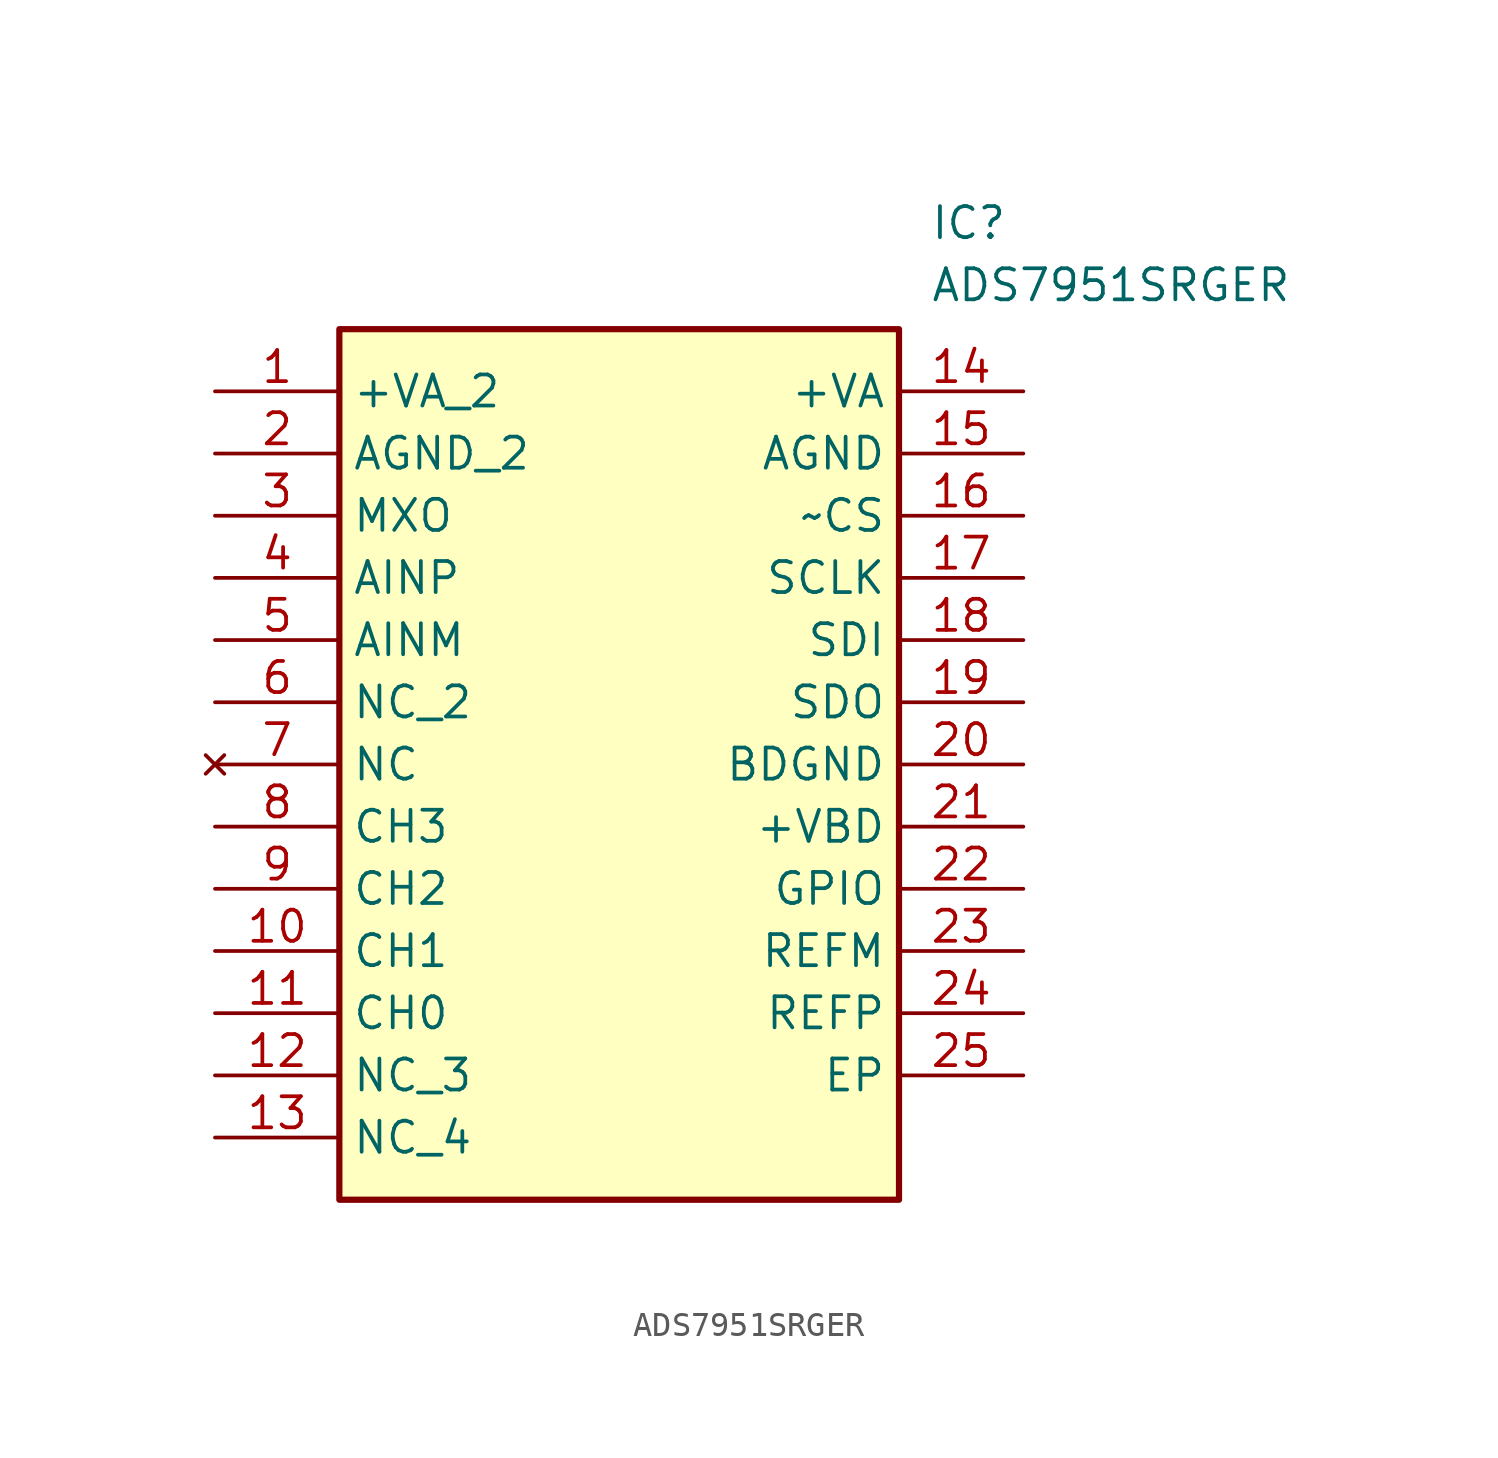
<source format=kicad_sym>
(kicad_symbol_lib
  (version 20211014)
  (generator SamacSys_ECAD_Model)
  (symbol "ADS7951SRGER"
    (property "Reference" "IC"
      (at 29.21 7.62 0)
      (effects (font (size 1.27 1.27)) (justify left top)))
    (property "Value" "ADS7951SRGER"
      (at 29.21 5.08 0)
      (effects (font (size 1.27 1.27)) (justify left top)))
    (rectangle
      (start 5.08 2.54)
      (end 27.94 -33.02)
      (stroke (width 0.254) (type default))
      (fill (type background)))
    (pin passive line
      (at 0 0 0)
      (length 5.08)
      (name "+VA_2" (effects (font (size 1.27 1.27))))
      (number "1" (effects (font (size 1.27 1.27)))))
    (pin passive line
      (at 0 -2.54 0)
      (length 5.08)
      (name "AGND_2" (effects (font (size 1.27 1.27))))
      (number "2" (effects (font (size 1.27 1.27)))))
    (pin passive line
      (at 0 -5.08 0)
      (length 5.08)
      (name "MXO" (effects (font (size 1.27 1.27))))
      (number "3" (effects (font (size 1.27 1.27)))))
    (pin passive line
      (at 0 -7.62 0)
      (length 5.08)
      (name "AINP" (effects (font (size 1.27 1.27))))
      (number "4" (effects (font (size 1.27 1.27)))))
    (pin passive line
      (at 0 -10.16 0)
      (length 5.08)
      (name "AINM" (effects (font (size 1.27 1.27))))
      (number "5" (effects (font (size 1.27 1.27)))))
    (pin passive line
      (at 0 -12.7 0)
      (length 5.08)
      (name "NC_2" (effects (font (size 1.27 1.27))))
      (number "6" (effects (font (size 1.27 1.27)))))
    (pin no_connect line
      (at 0 -15.24 0)
      (length 5.08)
      (name "NC" (effects (font (size 1.27 1.27))))
      (number "7" (effects (font (size 1.27 1.27)))))
    (pin passive line
      (at 0 -17.78 0)
      (length 5.08)
      (name "CH3" (effects (font (size 1.27 1.27))))
      (number "8" (effects (font (size 1.27 1.27)))))
    (pin passive line
      (at 0 -20.32 0)
      (length 5.08)
      (name "CH2" (effects (font (size 1.27 1.27))))
      (number "9" (effects (font (size 1.27 1.27)))))
    (pin passive line
      (at 0 -22.86 0)
      (length 5.08)
      (name "CH1" (effects (font (size 1.27 1.27))))
      (number "10" (effects (font (size 1.27 1.27)))))
    (pin passive line
      (at 0 -25.4 0)
      (length 5.08)
      (name "CH0" (effects (font (size 1.27 1.27))))
      (number "11" (effects (font (size 1.27 1.27)))))
    (pin passive line
      (at 0 -27.94 0)
      (length 5.08)
      (name "NC_3" (effects (font (size 1.27 1.27))))
      (number "12" (effects (font (size 1.27 1.27)))))
    (pin passive line
      (at 0 -30.48 0)
      (length 5.08)
      (name "NC_4" (effects (font (size 1.27 1.27))))
      (number "13" (effects (font (size 1.27 1.27)))))
    (pin passive line
      (at 33.02 0 180)
      (length 5.08)
      (name "+VA" (effects (font (size 1.27 1.27))))
      (number "14" (effects (font (size 1.27 1.27)))))
    (pin passive line
      (at 33.02 -2.54 180)
      (length 5.08)
      (name "AGND" (effects (font (size 1.27 1.27))))
      (number "15" (effects (font (size 1.27 1.27)))))
    (pin passive line
      (at 33.02 -5.08 180)
      (length 5.08)
      (name "~CS" (effects (font (size 1.27 1.27))))
      (number "16" (effects (font (size 1.27 1.27)))))
    (pin passive line
      (at 33.02 -7.62 180)
      (length 5.08)
      (name "SCLK" (effects (font (size 1.27 1.27))))
      (number "17" (effects (font (size 1.27 1.27)))))
    (pin passive line
      (at 33.02 -10.16 180)
      (length 5.08)
      (name "SDI" (effects (font (size 1.27 1.27))))
      (number "18" (effects (font (size 1.27 1.27)))))
    (pin passive line
      (at 33.02 -12.7 180)
      (length 5.08)
      (name "SDO" (effects (font (size 1.27 1.27))))
      (number "19" (effects (font (size 1.27 1.27)))))
    (pin passive line
      (at 33.02 -15.24 180)
      (length 5.08)
      (name "BDGND" (effects (font (size 1.27 1.27))))
      (number "20" (effects (font (size 1.27 1.27)))))
    (pin passive line
      (at 33.02 -17.78 180)
      (length 5.08)
      (name "+VBD" (effects (font (size 1.27 1.27))))
      (number "21" (effects (font (size 1.27 1.27)))))
    (pin passive line
      (at 33.02 -20.32 180)
      (length 5.08)
      (name "GPIO" (effects (font (size 1.27 1.27))))
      (number "22" (effects (font (size 1.27 1.27)))))
    (pin passive line
      (at 33.02 -22.86 180)
      (length 5.08)
      (name "REFM" (effects (font (size 1.27 1.27))))
      (number "23" (effects (font (size 1.27 1.27)))))
    (pin passive line
      (at 33.02 -25.4 180)
      (length 5.08)
      (name "REFP" (effects (font (size 1.27 1.27))))
      (number "24" (effects (font (size 1.27 1.27)))))
    (pin passive line
      (at 33.02 -27.94 180)
      (length 5.08)
      (name "EP" (effects (font (size 1.27 1.27))))
      (number "25" (effects (font (size 1.27 1.27)))))))
</source>
